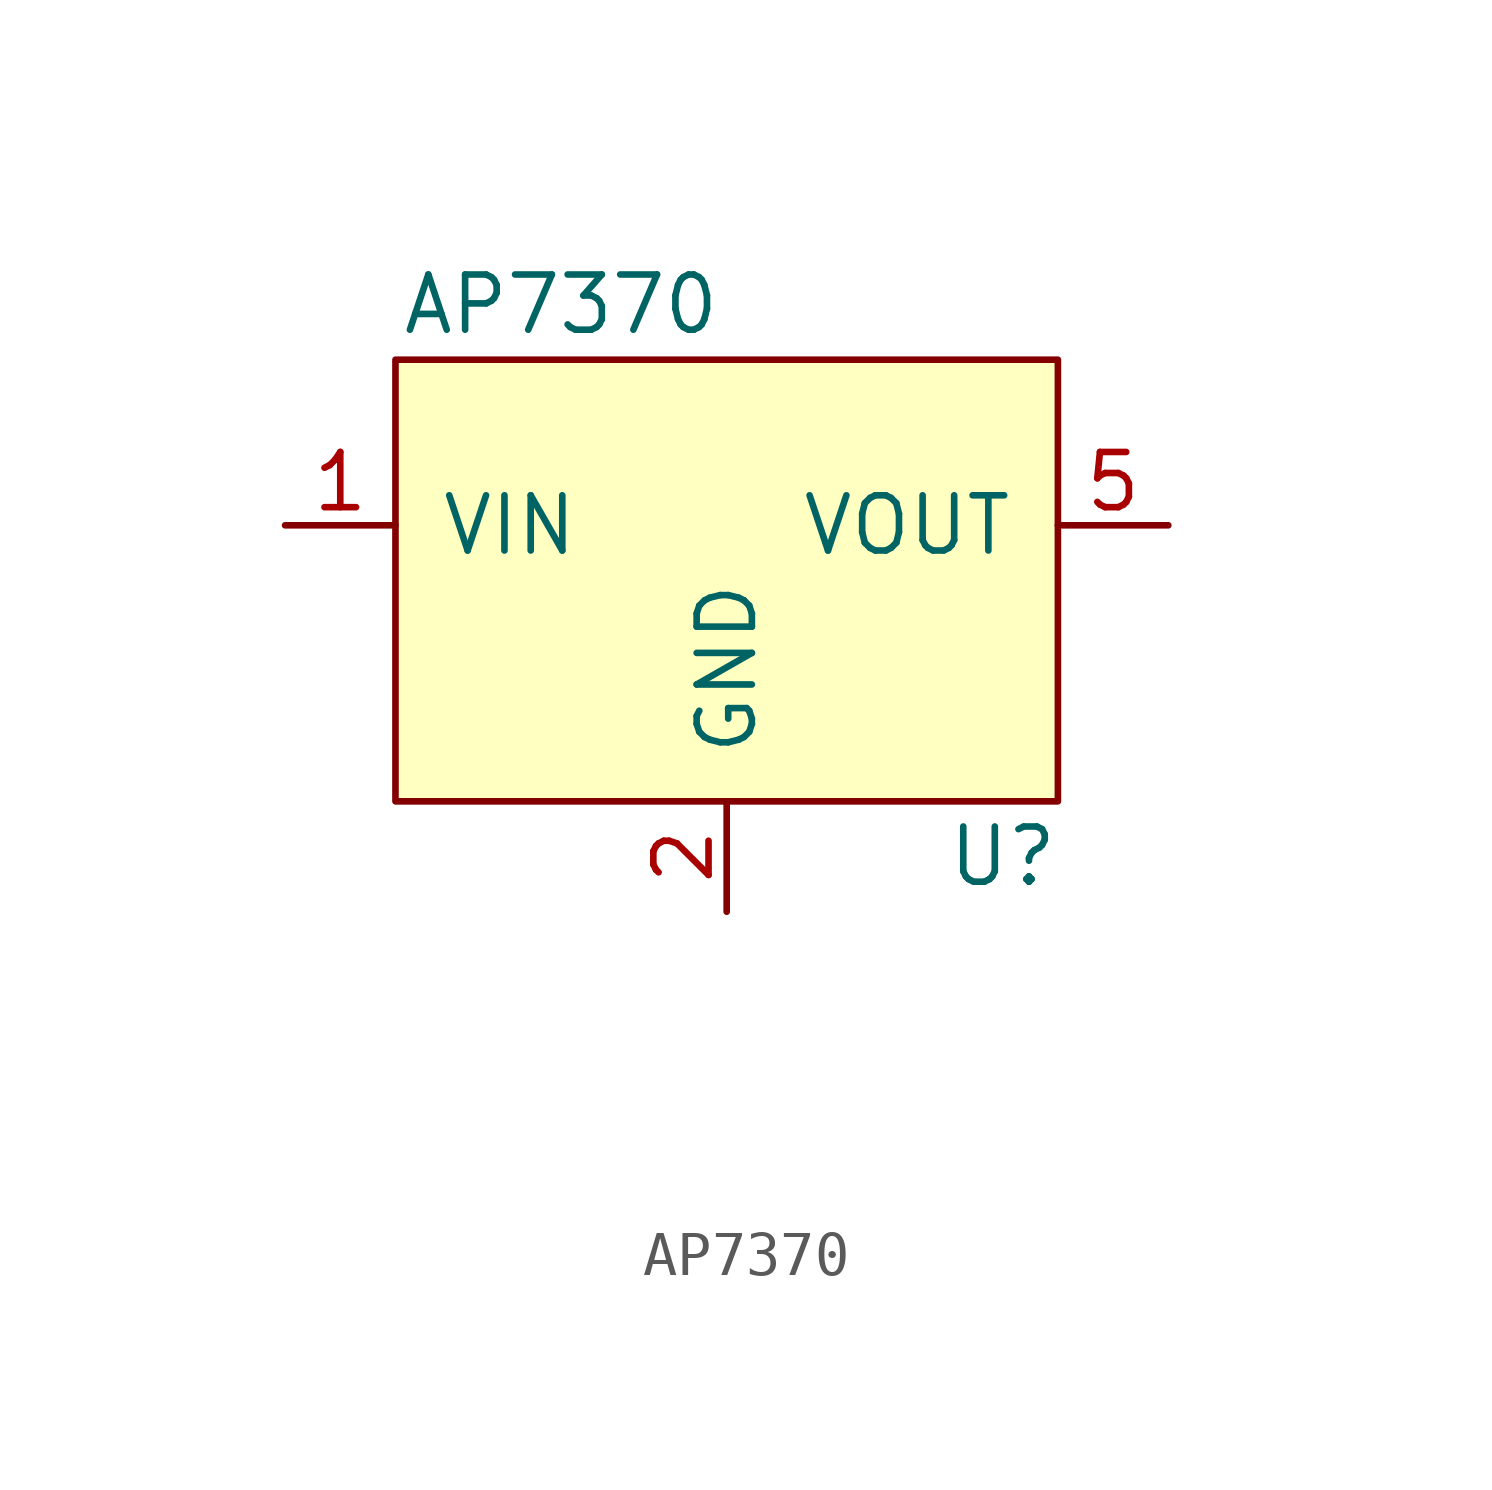
<source format=kicad_sym>
(kicad_symbol_lib
  (version 20220914)
  (generator kicad_symbol_editor)
  (symbol "AP7370"
    (pin_names
      (offset 1.016))
    (property "Reference" "U"
      (at 6.35 -3.81 0)
      (effects (font (size 1.27 1.27))))
    (property "Value" "AP7370"
      (at -3.81 8.89 0)
      (effects (font (size 1.27 1.27))))
    (symbol "AP7370_0_1"
      (rectangle (start -7.62 7.62) (end 7.62 -2.54) (stroke (width 0) (type default)) (fill (type background))))
    (symbol "AP7370_1_1"
      (pin power_in line (at -10.16 3.81 0) (length 2.54) (name "VIN" (effects (font (size 1.27 1.27)))) (number "1" (effects (font (size 1.27 1.27)))))
      (pin power_in line (at 0 -5.08 90) (length 2.54) (name "GND" (effects (font (size 1.27 1.27)))) (number "2" (effects (font (size 1.27 1.27)))))
      (pin no_connect line (at 11.43 -10.16 180) (length 2.54) hide (name "NC" (effects (font (size 1.27 1.27)))) (number "3" (effects (font (size 1.27 1.27)))))
      (pin no_connect line (at 11.43 -7.62 180) (length 2.54) hide (name "NC" (effects (font (size 1.27 1.27)))) (number "4" (effects (font (size 1.27 1.27)))))
      (pin power_out line (at 10.16 3.81 180) (length 2.54) (name "VOUT" (effects (font (size 1.27 1.27)))) (number "5" (effects (font (size 1.27 1.27))))))))
</source>
